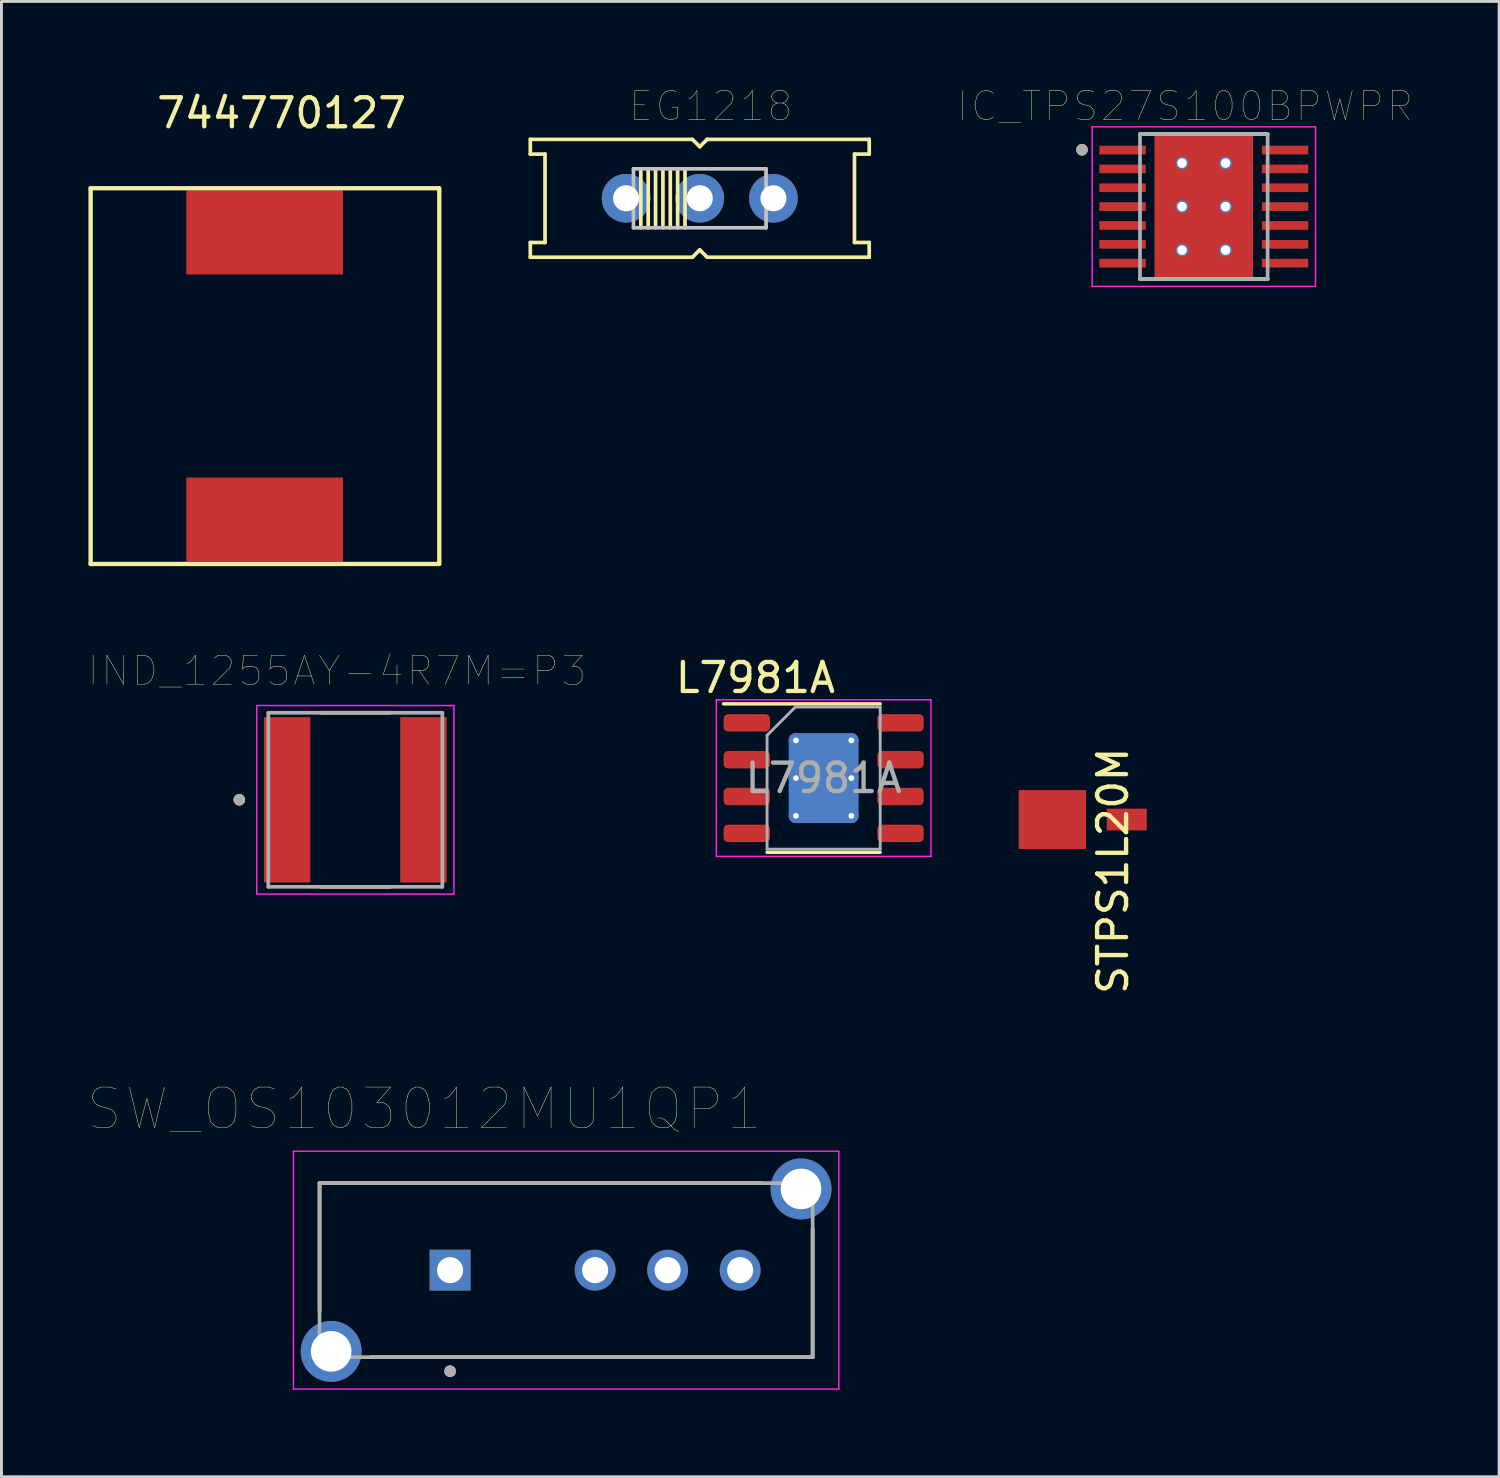
<source format=kicad_pcb>
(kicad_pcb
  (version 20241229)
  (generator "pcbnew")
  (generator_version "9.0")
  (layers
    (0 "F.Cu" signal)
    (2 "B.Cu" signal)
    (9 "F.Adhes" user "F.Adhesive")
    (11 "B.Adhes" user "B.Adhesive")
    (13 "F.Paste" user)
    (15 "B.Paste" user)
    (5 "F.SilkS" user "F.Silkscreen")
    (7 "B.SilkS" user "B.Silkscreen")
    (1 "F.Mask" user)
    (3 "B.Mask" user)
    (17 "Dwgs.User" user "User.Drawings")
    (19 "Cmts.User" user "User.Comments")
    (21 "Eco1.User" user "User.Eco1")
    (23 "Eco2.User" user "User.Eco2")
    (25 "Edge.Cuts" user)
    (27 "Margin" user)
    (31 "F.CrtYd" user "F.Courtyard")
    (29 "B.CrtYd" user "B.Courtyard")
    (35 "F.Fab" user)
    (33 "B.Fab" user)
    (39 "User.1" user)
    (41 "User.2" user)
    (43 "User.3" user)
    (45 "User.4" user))
  (footprint "EG1218"
    (layer "F.Cu")
    (at 21.075 3.786)
    (property "Reference" "EG1218" (at 0.381 -3.175 0) (layer "F.SilkS") (effects (font (size 1 1) (thickness 0.015))))
    (attr through_hole)
    (fp_line (start -5.842 -2.032) (end -0.254 -2.032) (stroke (width 0.127) (type solid)) (layer "F.SilkS"))
    (fp_line (start -5.842 -1.524) (end -5.842 -2.032) (stroke (width 0.127) (type solid)) (layer "F.SilkS"))
    (fp_line (start -5.842 1.524) (end -5.334 1.524) (stroke (width 0.127) (type solid)) (layer "F.SilkS"))
    (fp_line (start -5.842 2.032) (end -5.842 1.524) (stroke (width 0.127) (type solid)) (layer "F.SilkS"))
    (fp_line (start -5.334 -1.524) (end -5.842 -1.524) (stroke (width 0.127) (type solid)) (layer "F.SilkS"))
    (fp_line (start -5.334 1.524) (end -5.334 -1.524) (stroke (width 0.127) (type solid)) (layer "F.SilkS"))
    (fp_line (start -2.032 -1.016) (end -2.032 1.016) (stroke (width 0.127) (type solid)) (layer "F.SilkS"))
    (fp_line (start -1.778 1.016) (end -1.778 -1.016) (stroke (width 0.127) (type solid)) (layer "F.SilkS"))
    (fp_line (start -1.524 -1.016) (end -1.524 1.016) (stroke (width 0.127) (type solid)) (layer "F.SilkS"))
    (fp_line (start -1.27 1.016) (end -1.27 -1.016) (stroke (width 0.127) (type solid)) (layer "F.SilkS"))
    (fp_line (start -1.016 -1.016) (end -1.016 1.016) (stroke (width 0.127) (type solid)) (layer "F.SilkS"))
    (fp_line (start -0.762 1.016) (end -0.762 -1.016) (stroke (width 0.127) (type solid)) (layer "F.SilkS"))
    (fp_line (start -0.508 -1.016) (end -0.508 1.016) (stroke (width 0.127) (type solid)) (layer "F.SilkS"))
    (fp_line (start -0.254 -2.032) (end 0 -1.778) (stroke (width 0.127) (type solid)) (layer "F.SilkS"))
    (fp_line (start -0.254 2.032) (end -5.842 2.032) (stroke (width 0.127) (type solid)) (layer "F.SilkS"))
    (fp_line (start 0 -1.778) (end 0.254 -2.032) (stroke (width 0.127) (type solid)) (layer "F.SilkS"))
    (fp_line (start 0 1.778) (end -0.254 2.032) (stroke (width 0.127) (type solid)) (layer "F.SilkS"))
    (fp_line (start 0.254 -2.032) (end 5.842 -2.032) (stroke (width 0.127) (type solid)) (layer "F.SilkS"))
    (fp_line (start 0.254 2.032) (end 0 1.778) (stroke (width 0.127) (type solid)) (layer "F.SilkS"))
    (fp_line (start 5.334 -1.524) (end 5.334 1.524) (stroke (width 0.127) (type solid)) (layer "F.SilkS"))
    (fp_line (start 5.334 1.524) (end 5.842 1.524) (stroke (width 0.127) (type solid)) (layer "F.SilkS"))
    (fp_line (start 5.842 -2.032) (end 5.842 -1.524) (stroke (width 0.127) (type solid)) (layer "F.SilkS"))
    (fp_line (start 5.842 -1.524) (end 5.334 -1.524) (stroke (width 0.127) (type solid)) (layer "F.SilkS"))
    (fp_line (start 5.842 1.524) (end 5.842 2.032) (stroke (width 0.127) (type solid)) (layer "F.SilkS"))
    (fp_line (start 5.842 2.032) (end 0.254 2.032) (stroke (width 0.127) (type solid)) (layer "F.SilkS"))
    (fp_line (start -2.286 -1.016) (end 2.286 -1.016) (stroke (width 0.127) (type solid)) (layer "Dwgs.User"))
    (fp_line (start -2.286 1.016) (end -2.286 -1.016) (stroke (width 0.127) (type solid)) (layer "Dwgs.User"))
    (fp_line (start 2.286 -1.016) (end 2.286 1.016) (stroke (width 0.127) (type solid)) (layer "Dwgs.User"))
    (fp_line (start 2.286 1.016) (end -2.286 1.016) (stroke (width 0.127) (type solid)) (layer "Dwgs.User"))
    (pad "O" thru_hole circle (at -2.54 0) (size 1.676 1.676) (drill 0.9) (layers "*.Cu" "*.Mask"))
    (pad "P" thru_hole circle (at 0 0) (size 1.676 1.676) (drill 0.9) (layers "*.Cu" "*.Mask"))
    (pad "S" thru_hole circle (at 2.54 0) (size 1.676 1.676) (drill 0.9) (layers "*.Cu" "*.Mask")))
  (footprint "IND_1255AY-4R7M=P3"
    (layer "F.Cu")
    (at 9.2 24.524)
    (property "Reference" "IND_1255AY-4R7M=P3" (at -0.635 -4.445 0) (layer "F.SilkS") (effects (font (size 1 1) (thickness 0.015))))
    (attr through_hole)
    (fp_line (start -1.2 -3) (end 1.2 -3) (stroke (width 0.127) (type solid)) (layer "F.SilkS"))
    (fp_line (start -1.2 3) (end 1.2 3) (stroke (width 0.127) (type solid)) (layer "F.SilkS"))
    (fp_circle (center -4 0) (end -3.9 0) (stroke (width 0.2) (type solid)) (fill no) (layer "F.SilkS"))
    (fp_line (start -3.4 -3.25) (end 3.4 -3.25) (stroke (width 0.05) (type solid)) (layer "F.CrtYd"))
    (fp_line (start -3.4 3.25) (end -3.4 -3.25) (stroke (width 0.05) (type solid)) (layer "F.CrtYd"))
    (fp_line (start 3.4 -3.25) (end 3.4 3.25) (stroke (width 0.05) (type solid)) (layer "F.CrtYd"))
    (fp_line (start 3.4 3.25) (end -3.4 3.25) (stroke (width 0.05) (type solid)) (layer "F.CrtYd"))
    (fp_line (start -3 -3) (end 3 -3) (stroke (width 0.127) (type solid)) (layer "F.Fab"))
    (fp_line (start -3 3) (end -3 -3) (stroke (width 0.127) (type solid)) (layer "F.Fab"))
    (fp_line (start 3 -3) (end 3 3) (stroke (width 0.127) (type solid)) (layer "F.Fab"))
    (fp_line (start 3 3) (end -3 3) (stroke (width 0.127) (type solid)) (layer "F.Fab"))
    (fp_circle (center -4 0) (end -3.9 0) (stroke (width 0.2) (type solid)) (fill no) (layer "F.Fab"))
    (pad "1" smd rect (at -2.35 0) (size 1.6 5.7) (layers "F.Cu" "F.Mask" "F.Paste"))
    (pad "2" smd rect (at 2.35 0) (size 1.6 5.7) (layers "F.Cu" "F.Mask" "F.Paste")))
  (footprint "744770127"
    (layer "F.Cu")
    (at 6.075 4.963)
    (property "Reference" "744770127" (at 0.584 -4.115 0) (layer "F.SilkS") (effects (font (size 1 1) (thickness 0.15))))
    (attr through_hole)
    (fp_line (start -6 -1.524) (end 6 -1.524) (stroke (width 0.15) (type solid)) (layer "F.SilkS"))
    (fp_line (start -6 11.43) (end -6 -1.524) (stroke (width 0.15) (type solid)) (layer "F.SilkS"))
    (fp_line (start -6 11.43) (end 6 11.43) (stroke (width 0.15) (type solid)) (layer "F.SilkS"))
    (fp_line (start 6.02 11.43) (end 6.02 -1.524) (stroke (width 0.15) (type solid)) (layer "F.SilkS"))
    (pad "1" smd rect (at 0 0) (size 5.4 2.9) (layers "F.Cu" "F.Mask" "F.Paste"))
    (pad "2" smd rect (at 0 9.9) (size 5.4 2.9) (layers "F.Cu" "F.Mask" "F.Paste")))
  (footprint "L7981A"
    (layer "F.Cu")
    (at 25.041 23.014)
    (property "Reference" "L7981A" (at -2.047 -2.697 0) (layer "F.SilkS") (effects (font (size 1 1) (thickness 0.15))))
    (attr through_hole)
    (fp_line (start -3.145 -1.798) (end 2.255 -1.798) (stroke (width 0.12) (type solid)) (layer "F.SilkS"))
    (fp_line (start -1.645 3.322) (end 2.255 3.322) (stroke (width 0.12) (type solid)) (layer "F.SilkS"))
    (fp_line (start -3.395 -1.938) (end -3.395 3.462) (stroke (width 0.05) (type solid)) (layer "F.CrtYd"))
    (fp_line (start -3.395 3.462) (end 4.005 3.462) (stroke (width 0.05) (type solid)) (layer "F.CrtYd"))
    (fp_line (start 4.005 -1.938) (end -3.395 -1.938) (stroke (width 0.05) (type solid)) (layer "F.CrtYd"))
    (fp_line (start 4.005 3.462) (end 4.005 -1.938) (stroke (width 0.05) (type solid)) (layer "F.CrtYd"))
    (fp_line (start -1.645 -0.713) (end -0.67 -1.688) (stroke (width 0.1) (type solid)) (layer "F.Fab"))
    (fp_line (start -1.645 3.212) (end -1.645 -0.713) (stroke (width 0.1) (type solid)) (layer "F.Fab"))
    (fp_line (start -0.67 -1.688) (end 2.255 -1.688) (stroke (width 0.1) (type solid)) (layer "F.Fab"))
    (fp_line (start 2.255 -1.688) (end 2.255 3.212) (stroke (width 0.1) (type solid)) (layer "F.Fab"))
    (fp_line (start 2.255 3.212) (end -1.645 3.212) (stroke (width 0.1) (type solid)) (layer "F.Fab"))
    (fp_text user "${REFERENCE}" (at 0.305 0.762 0) (layer "F.Fab") (effects (font (size 0.98 0.98) (thickness 0.15))))
    (pad "" smd roundrect (at -0.295 -0.013) (size 0.97 1.25) (layers "F.Paste") (roundrect_rratio 0.25))
    (pad "" smd roundrect (at -0.295 1.537) (size 0.97 1.25) (layers "F.Paste") (roundrect_rratio 0.25))
    (pad "" smd roundrect (at 0.905 -0.013) (size 0.97 1.25) (layers "F.Paste") (roundrect_rratio 0.25))
    (pad "" smd roundrect (at 0.905 1.537) (size 0.97 1.25) (layers "F.Paste") (roundrect_rratio 0.25))
    (pad "1" smd roundrect (at -2.345 -1.143) (size 1.6 0.6) (layers "F.Cu" "F.Mask" "F.Paste") (roundrect_rratio 0.25))
    (pad "2" smd roundrect (at -2.345 0.127) (size 1.6 0.6) (layers "F.Cu" "F.Mask" "F.Paste") (roundrect_rratio 0.25))
    (pad "3" smd roundrect (at -2.345 1.397) (size 1.6 0.6) (layers "F.Cu" "F.Mask" "F.Paste") (roundrect_rratio 0.25))
    (pad "4" smd roundrect (at -2.345 2.667) (size 1.6 0.6) (layers "F.Cu" "F.Mask" "F.Paste") (roundrect_rratio 0.25))
    (pad "5" smd roundrect (at 2.955 2.667) (size 1.6 0.6) (layers "F.Cu" "F.Mask" "F.Paste") (roundrect_rratio 0.25))
    (pad "6" smd roundrect (at 2.955 1.397) (size 1.6 0.6) (layers "F.Cu" "F.Mask" "F.Paste") (roundrect_rratio 0.25))
    (pad "7" smd roundrect (at 2.955 0.127) (size 1.6 0.6) (layers "F.Cu" "F.Mask" "F.Paste") (roundrect_rratio 0.25))
    (pad "8" smd roundrect (at 2.955 -1.143) (size 1.6 0.6) (layers "F.Cu" "F.Mask" "F.Paste") (roundrect_rratio 0.25))
    (pad "9" thru_hole circle (at -0.65 -0.538) (size 0.5 0.5) (drill 0.2) (layers "*.Cu"))
    (pad "9" thru_hole circle (at -0.65 0.762) (size 0.5 0.5) (drill 0.2) (layers "*.Cu"))
    (pad "9" thru_hole circle (at -0.65 2.062) (size 0.5 0.5) (drill 0.2) (layers "*.Cu"))
    (pad "9" smd roundrect (at 0.305 0.762) (size 2.3 2.3) (layers "F.Cu" "F.Mask") (roundrect_rratio 0.104))
    (pad "9" smd roundrect (at 0.305 0.762) (size 2.41 3.1) (layers "B.Cu") (roundrect_rratio 0.104))
    (pad "9" thru_hole circle (at 1.26 -0.538) (size 0.5 0.5) (drill 0.2) (layers "*.Cu"))
    (pad "9" thru_hole circle (at 1.26 0.762) (size 0.5 0.5) (drill 0.2) (layers "*.Cu"))
    (pad "9" thru_hole circle (at 1.26 2.062) (size 0.5 0.5) (drill 0.2) (layers "*.Cu")))
  (footprint "STPS1L20M"
    (layer "F.Cu")
    (at 34.526 19.718)
    (property "Reference" "STPS1L20M" (at 0.792 7.254 270) (layer "F.SilkS") (effects (font (size 1 1) (thickness 0.15))))
    (attr through_hole)
    (pad "1" smd rect (at 1.27 5.486) (size 1.38 0.75) (layers "F.Cu" "F.Mask" "F.Paste"))
    (pad "2" smd rect (at -1.295 5.486) (size 2.32 2.03) (layers "F.Cu" "F.Mask" "F.Paste")))
  (footprint "SW_OS103012MU1QP1"
    (layer "F.Cu")
    (at 16.467 40.74)
    (property "Reference" "SW_OS103012MU1QP1" (at -4.885 -5.559 0) (layer "F.SilkS") (effects (font (size 1.4 1.4) (thickness 0.015))))
    (attr through_hole)
    (fp_line (start -8.5 -3) (end -8.5 1.43) (stroke (width 0.127) (type solid)) (layer "F.SilkS"))
    (fp_line (start -6.73 3) (end 8.5 3) (stroke (width 0.127) (type solid)) (layer "F.SilkS"))
    (fp_line (start 6.73 -3) (end -8.5 -3) (stroke (width 0.127) (type solid)) (layer "F.SilkS"))
    (fp_line (start 8.5 3) (end 8.5 -1.43) (stroke (width 0.127) (type solid)) (layer "F.SilkS"))
    (fp_circle (center -4 3.484) (end -3.9 3.484) (stroke (width 0.2) (type solid)) (fill no) (layer "F.SilkS"))
    (fp_line (start -9.4 -4.1) (end -9.4 4.1) (stroke (width 0.05) (type solid)) (layer "F.CrtYd"))
    (fp_line (start -9.4 4.1) (end 9.4 4.1) (stroke (width 0.05) (type solid)) (layer "F.CrtYd"))
    (fp_line (start 9.4 -4.1) (end -9.4 -4.1) (stroke (width 0.05) (type solid)) (layer "F.CrtYd"))
    (fp_line (start 9.4 4.1) (end 9.4 -4.1) (stroke (width 0.05) (type solid)) (layer "F.CrtYd"))
    (fp_line (start -8.5 -3) (end -8.5 3) (stroke (width 0.127) (type solid)) (layer "F.Fab"))
    (fp_line (start -8.5 3) (end 8.5 3) (stroke (width 0.127) (type solid)) (layer "F.Fab"))
    (fp_line (start 8.5 -3) (end -8.5 -3) (stroke (width 0.127) (type solid)) (layer "F.Fab"))
    (fp_line (start 8.5 3) (end 8.5 -3) (stroke (width 0.127) (type solid)) (layer "F.Fab"))
    (fp_circle (center -4 3.484) (end -3.9 3.484) (stroke (width 0.2) (type solid)) (fill no) (layer "F.Fab"))
    (pad "1" thru_hole rect (at -4 0) (size 1.408 1.408) (drill 0.9) (layers "*.Cu" "*.Mask"))
    (pad "2" thru_hole circle (at 1 0) (size 1.408 1.408) (drill 0.9) (layers "*.Cu" "*.Mask"))
    (pad "3" thru_hole circle (at 3.5 0) (size 1.408 1.408) (drill 0.9) (layers "*.Cu" "*.Mask"))
    (pad "4" thru_hole circle (at 6 0) (size 1.408 1.408) (drill 0.9) (layers "*.Cu" "*.Mask"))
    (pad "S1" thru_hole circle (at -8.1 2.8) (size 2.1 2.1) (drill 1.4) (layers "*.Cu" "*.Mask"))
    (pad "S2" thru_hole circle (at 8.1 -2.8) (size 2.1 2.1) (drill 1.4) (layers "*.Cu" "*.Mask")))
  (footprint "IC_TPS27S100BPWPR"
    (layer "F.Cu")
    (at 38.453 4.073)
    (property "Reference" "IC_TPS27S100BPWPR" (at -0.645 -3.462 0) (layer "F.SilkS") (effects (font (size 1 1) (thickness 0.015))))
    (attr through_hole)
    (fp_poly (pts (xy -1.23 -1.155) (xy 1.23 -1.155) (xy 1.23 1.155) (xy -1.23 1.155)) (stroke (width 0.01) (type solid)) (fill yes) (layer "F.Mask"))
    (fp_line (start -2.2 -2.5) (end 2.2 -2.5) (stroke (width 0.127) (type solid)) (layer "F.SilkS"))
    (fp_line (start -2.2 2.5) (end 2.2 2.5) (stroke (width 0.127) (type solid)) (layer "F.SilkS"))
    (fp_circle (center -4.2 -1.96) (end -4.1 -1.96) (stroke (width 0.2) (type solid)) (fill no) (layer "F.SilkS"))
    (fp_poly (pts (xy -3.575 -2.075) (xy -2.025 -2.075) (xy -2.025 -1.825) (xy -3.575 -1.825)) (stroke (width 0.01) (type solid)) (fill yes) (layer "F.Paste"))
    (fp_poly (pts (xy -3.575 -1.425) (xy -2.025 -1.425) (xy -2.025 -1.175) (xy -3.575 -1.175)) (stroke (width 0.01) (type solid)) (fill yes) (layer "F.Paste"))
    (fp_poly (pts (xy -3.575 -0.775) (xy -2.025 -0.775) (xy -2.025 -0.525) (xy -3.575 -0.525)) (stroke (width 0.01) (type solid)) (fill yes) (layer "F.Paste"))
    (fp_poly (pts (xy -3.575 -0.125) (xy -2.025 -0.125) (xy -2.025 0.125) (xy -3.575 0.125)) (stroke (width 0.01) (type solid)) (fill yes) (layer "F.Paste"))
    (fp_poly (pts (xy -3.575 0.525) (xy -2.025 0.525) (xy -2.025 0.775) (xy -3.575 0.775)) (stroke (width 0.01) (type solid)) (fill yes) (layer "F.Paste"))
    (fp_poly (pts (xy -3.575 1.175) (xy -2.025 1.175) (xy -2.025 1.425) (xy -3.575 1.425)) (stroke (width 0.01) (type solid)) (fill yes) (layer "F.Paste"))
    (fp_poly (pts (xy -3.575 1.825) (xy -2.025 1.825) (xy -2.025 2.075) (xy -3.575 2.075)) (stroke (width 0.01) (type solid)) (fill yes) (layer "F.Paste"))
    (fp_poly (pts (xy -1.23 -1.155) (xy 1.23 -1.155) (xy 1.23 1.155) (xy -1.23 1.155)) (stroke (width 0.01) (type solid)) (fill yes) (layer "F.Paste"))
    (fp_poly (pts (xy 2.025 -2.075) (xy 3.575 -2.075) (xy 3.575 -1.825) (xy 2.025 -1.825)) (stroke (width 0.01) (type solid)) (fill yes) (layer "F.Paste"))
    (fp_poly (pts (xy 2.025 -1.425) (xy 3.575 -1.425) (xy 3.575 -1.175) (xy 2.025 -1.175)) (stroke (width 0.01) (type solid)) (fill yes) (layer "F.Paste"))
    (fp_poly (pts (xy 2.025 -0.775) (xy 3.575 -0.775) (xy 3.575 -0.525) (xy 2.025 -0.525)) (stroke (width 0.01) (type solid)) (fill yes) (layer "F.Paste"))
    (fp_poly (pts (xy 2.025 -0.125) (xy 3.575 -0.125) (xy 3.575 0.125) (xy 2.025 0.125)) (stroke (width 0.01) (type solid)) (fill yes) (layer "F.Paste"))
    (fp_poly (pts (xy 2.025 0.525) (xy 3.575 0.525) (xy 3.575 0.775) (xy 2.025 0.775)) (stroke (width 0.01) (type solid)) (fill yes) (layer "F.Paste"))
    (fp_poly (pts (xy 2.025 1.175) (xy 3.575 1.175) (xy 3.575 1.425) (xy 2.025 1.425)) (stroke (width 0.01) (type solid)) (fill yes) (layer "F.Paste"))
    (fp_poly (pts (xy 2.025 1.825) (xy 3.575 1.825) (xy 3.575 2.075) (xy 2.025 2.075)) (stroke (width 0.01) (type solid)) (fill yes) (layer "F.Paste"))
    (fp_line (start -3.85 -2.75) (end -3.85 2.75) (stroke (width 0.05) (type solid)) (layer "F.CrtYd"))
    (fp_line (start -3.85 -2.75) (end 3.85 -2.75) (stroke (width 0.05) (type solid)) (layer "F.CrtYd"))
    (fp_line (start -3.85 2.75) (end 3.85 2.75) (stroke (width 0.05) (type solid)) (layer "F.CrtYd"))
    (fp_line (start 3.85 -2.75) (end 3.85 2.75) (stroke (width 0.05) (type solid)) (layer "F.CrtYd"))
    (fp_line (start -2.2 -2.5) (end -2.2 2.5) (stroke (width 0.127) (type solid)) (layer "F.Fab"))
    (fp_line (start -2.2 -2.5) (end 2.2 -2.5) (stroke (width 0.127) (type solid)) (layer "F.Fab"))
    (fp_line (start -2.2 2.5) (end 2.2 2.5) (stroke (width 0.127) (type solid)) (layer "F.Fab"))
    (fp_line (start 2.2 -2.5) (end 2.2 2.5) (stroke (width 0.127) (type solid)) (layer "F.Fab"))
    (fp_circle (center -4.2 -1.96) (end -4.1 -1.96) (stroke (width 0.2) (type solid)) (fill no) (layer "F.Fab"))
    (pad "1" smd rect (at -2.8 -1.95) (size 1.6 0.3) (layers "F.Cu" "F.Mask"))
    (pad "2" smd rect (at -2.8 -1.3) (size 1.6 0.3) (layers "F.Cu" "F.Mask"))
    (pad "3" smd rect (at -2.8 -0.65) (size 1.6 0.3) (layers "F.Cu" "F.Mask"))
    (pad "4" smd rect (at -2.8 0) (size 1.6 0.3) (layers "F.Cu" "F.Mask"))
    (pad "5" smd rect (at -2.8 0.65) (size 1.6 0.3) (layers "F.Cu" "F.Mask"))
    (pad "6" smd rect (at -2.8 1.3) (size 1.6 0.3) (layers "F.Cu" "F.Mask"))
    (pad "7" smd rect (at -2.8 1.95) (size 1.6 0.3) (layers "F.Cu" "F.Mask"))
    (pad "8" smd rect (at 2.8 1.95) (size 1.6 0.3) (layers "F.Cu" "F.Mask"))
    (pad "9" smd rect (at 2.8 1.3) (size 1.6 0.3) (layers "F.Cu" "F.Mask"))
    (pad "10" smd rect (at 2.8 0.65) (size 1.6 0.3) (layers "F.Cu" "F.Mask"))
    (pad "11" smd rect (at 2.8 0) (size 1.6 0.3) (layers "F.Cu" "F.Mask"))
    (pad "12" smd rect (at 2.8 -0.65) (size 1.6 0.3) (layers "F.Cu" "F.Mask"))
    (pad "13" smd rect (at 2.8 -1.3) (size 1.6 0.3) (layers "F.Cu" "F.Mask"))
    (pad "14" smd rect (at 2.8 -1.95) (size 1.6 0.3) (layers "F.Cu" "F.Mask"))
    (pad "15" smd rect (at 0 0) (size 3.4 5) (layers "F.Cu"))
    (pad "16" thru_hole circle (at -0.75 -1.5) (size 0.44 0.44) (drill 0.33) (layers "*.Cu"))
    (pad "17" thru_hole circle (at 0.75 -1.5) (size 0.44 0.44) (drill 0.33) (layers "*.Cu"))
    (pad "18" thru_hole circle (at -0.75 0) (size 0.44 0.44) (drill 0.33) (layers "*.Cu" "*.Mask"))
    (pad "19" thru_hole circle (at 0.75 0) (size 0.44 0.44) (drill 0.33) (layers "*.Cu" "*.Mask"))
    (pad "20" thru_hole circle (at -0.75 1.5) (size 0.44 0.44) (drill 0.33) (layers "*.Cu"))
    (pad "21" thru_hole circle (at 0.75 1.5) (size 0.44 0.44) (drill 0.33) (layers "*.Cu")))
  (gr_rect
    (start -3 -3)
    (end 48.635 47.865)
    (stroke (width 0.1) (type default))
    (fill no)
    (layer "Edge.Cuts")))
</source>
